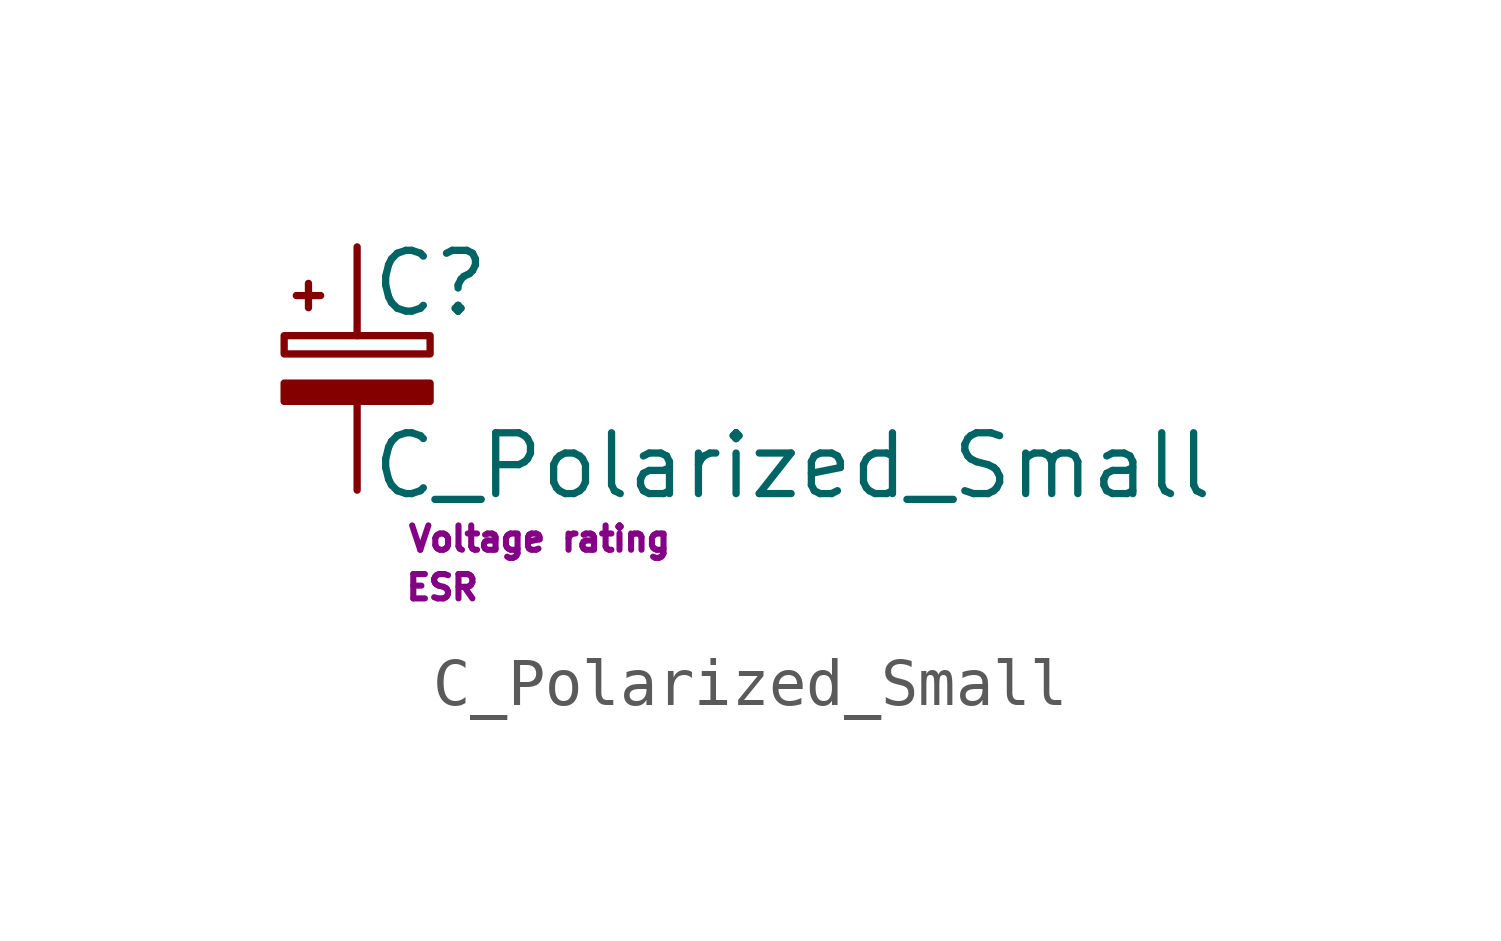
<source format=kicad_sym>
(kicad_symbol_lib
  (version 20241209)
  (generator "kicad_symbol_editor")
  (generator_version "9.0")
  (symbol "C_Polarized_Small"
    (pin_numbers
      (hide yes))
    (pin_names
      (offset 0.254)
      (hide yes))
    (property "Reference" "C"
      (at 0.254 1.778 0)
      (effects (font (size 1.27 1.27)) (justify left)))
    (property "Value" "C_Polarized_Small"
      (at 0.254 -2.032 0)
      (effects (font (size 1.27 1.27)) (justify left)))
    (property "Voltage rating" "Voltage rating"
      (at 3.81 -3.556 0)
      (effects (font (size 0.508 0.508))))
    (property "ESR" "ESR"
      (at 1.778 -4.572 0)
      (effects (font (size 0.508 0.508))))
    (symbol "C_Polarized_Small_0_1"
      (rectangle (start -1.524 0.686) (end 1.524 0.305) (stroke (width 0) (type default)) (fill (type none)))
      (rectangle (start -1.524 -0.305) (end 1.524 -0.686) (stroke (width 0) (type default)) (fill (type outline)))
      (polyline (pts (xy -1.27 1.524) (xy -0.762 1.524)) (stroke (width 0) (type default)) (fill (type none)))
      (polyline (pts (xy -1.016 1.27) (xy -1.016 1.778)) (stroke (width 0) (type default)) (fill (type none))))
    (symbol "C_Polarized_Small_1_1"
      (pin passive line (at 0 2.54 270) (length 1.854) (name "~" (effects (font (size 1.27 1.27)))) (number "1" (effects (font (size 1.27 1.27)))))
      (pin passive line (at 0 -2.54 90) (length 1.854) (name "~" (effects (font (size 1.27 1.27)))) (number "2" (effects (font (size 1.27 1.27))))))))
</source>
